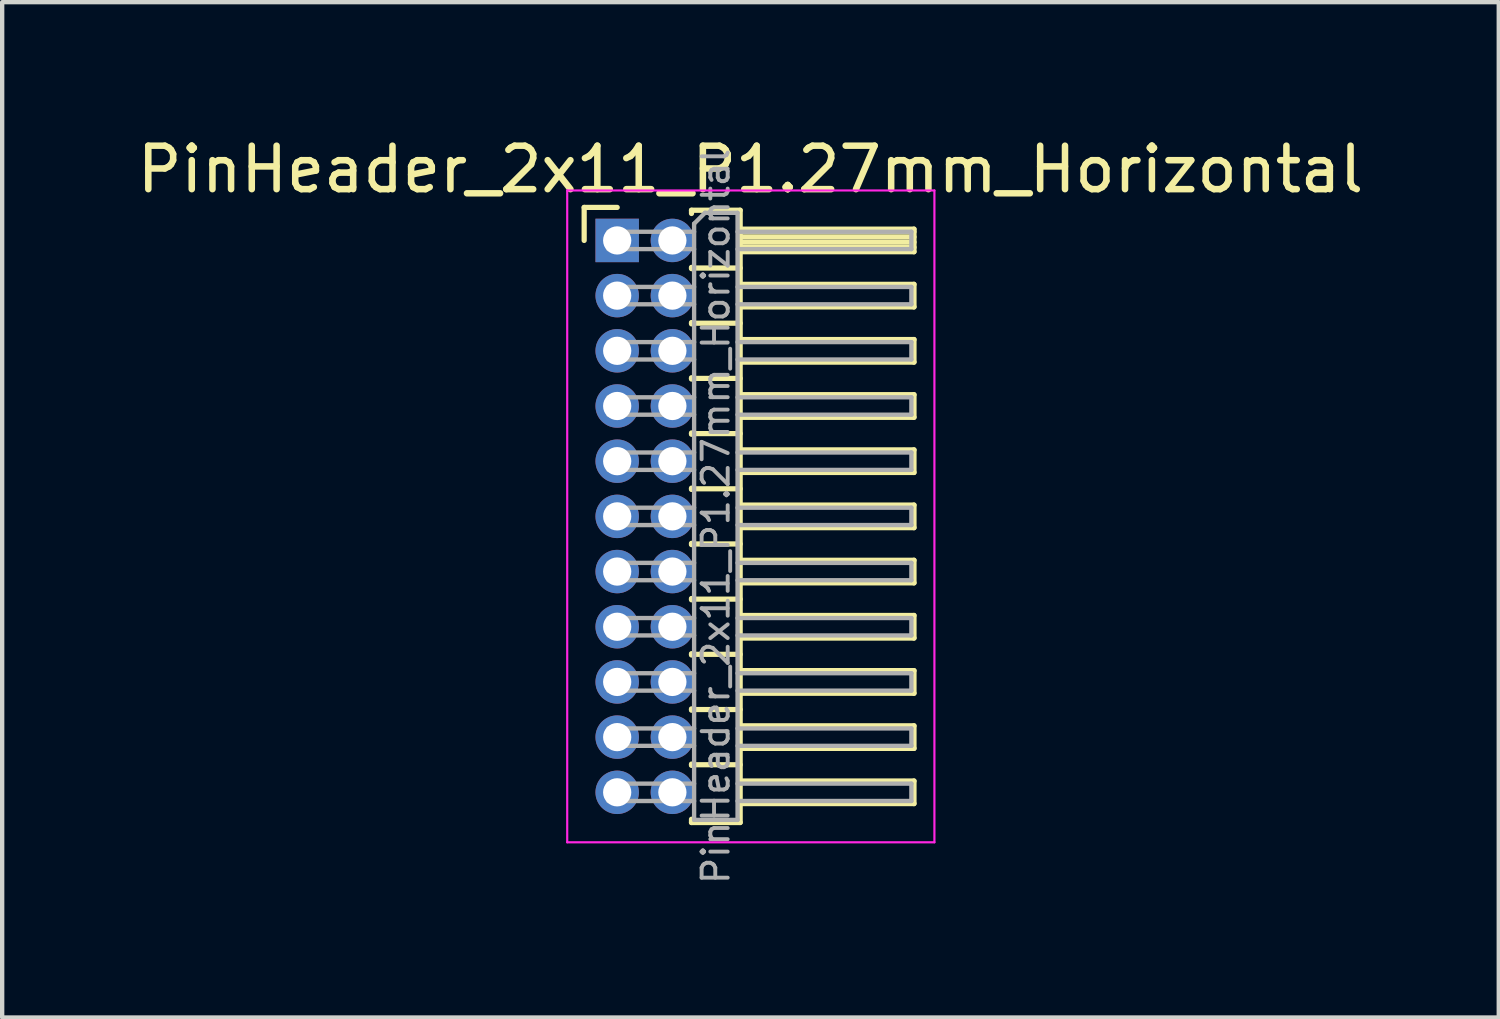
<source format=kicad_pcb>
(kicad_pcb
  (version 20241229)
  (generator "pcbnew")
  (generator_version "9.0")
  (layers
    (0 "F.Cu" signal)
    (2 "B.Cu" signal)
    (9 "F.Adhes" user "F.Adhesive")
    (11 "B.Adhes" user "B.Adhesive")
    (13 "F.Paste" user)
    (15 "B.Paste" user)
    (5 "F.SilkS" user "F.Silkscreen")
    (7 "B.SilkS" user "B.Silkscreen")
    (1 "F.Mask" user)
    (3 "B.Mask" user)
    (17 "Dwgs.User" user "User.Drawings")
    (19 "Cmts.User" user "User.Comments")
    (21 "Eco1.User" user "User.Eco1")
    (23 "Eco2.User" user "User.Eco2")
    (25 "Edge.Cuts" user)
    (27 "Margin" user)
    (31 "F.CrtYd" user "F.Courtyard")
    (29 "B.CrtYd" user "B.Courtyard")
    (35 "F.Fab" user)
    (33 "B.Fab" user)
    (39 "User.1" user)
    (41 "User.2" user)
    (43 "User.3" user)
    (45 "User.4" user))
  (footprint "PinHeader_2x11_P1.27mm_Horizontal"
    (layer "F.Cu")
    (at 11.153 2.483)
    (property "Reference" "PinHeader_2x11_P1.27mm_Horizontal" (at 3.067 -1.635 0) (layer "F.SilkS") (effects (font (size 1 1) (thickness 0.15))))
    (attr through_hole)
    (fp_line (start -0.76 -0.76) (end 0 -0.76) (stroke (width 0.12) (type solid)) (layer "F.SilkS"))
    (fp_line (start -0.76 0) (end -0.76 -0.76) (stroke (width 0.12) (type solid)) (layer "F.SilkS"))
    (fp_line (start 1.71 -0.695) (end 2.83 -0.695) (stroke (width 0.12) (type solid)) (layer "F.SilkS"))
    (fp_line (start 1.71 -0.62) (end 1.71 -0.695) (stroke (width 0.12) (type solid)) (layer "F.SilkS"))
    (fp_line (start 1.71 0.62) (end 1.71 0.65) (stroke (width 0.12) (type solid)) (layer "F.SilkS"))
    (fp_line (start 1.71 0.635) (end 2.83 0.635) (stroke (width 0.12) (type solid)) (layer "F.SilkS"))
    (fp_line (start 1.71 1.89) (end 1.71 1.92) (stroke (width 0.12) (type solid)) (layer "F.SilkS"))
    (fp_line (start 1.71 1.905) (end 2.83 1.905) (stroke (width 0.12) (type solid)) (layer "F.SilkS"))
    (fp_line (start 1.71 3.16) (end 1.71 3.19) (stroke (width 0.12) (type solid)) (layer "F.SilkS"))
    (fp_line (start 1.71 3.175) (end 2.83 3.175) (stroke (width 0.12) (type solid)) (layer "F.SilkS"))
    (fp_line (start 1.71 4.43) (end 1.71 4.46) (stroke (width 0.12) (type solid)) (layer "F.SilkS"))
    (fp_line (start 1.71 4.445) (end 2.83 4.445) (stroke (width 0.12) (type solid)) (layer "F.SilkS"))
    (fp_line (start 1.71 5.7) (end 1.71 5.73) (stroke (width 0.12) (type solid)) (layer "F.SilkS"))
    (fp_line (start 1.71 5.715) (end 2.83 5.715) (stroke (width 0.12) (type solid)) (layer "F.SilkS"))
    (fp_line (start 1.71 6.97) (end 1.71 7) (stroke (width 0.12) (type solid)) (layer "F.SilkS"))
    (fp_line (start 1.71 6.985) (end 2.83 6.985) (stroke (width 0.12) (type solid)) (layer "F.SilkS"))
    (fp_line (start 1.71 8.24) (end 1.71 8.27) (stroke (width 0.12) (type solid)) (layer "F.SilkS"))
    (fp_line (start 1.71 8.255) (end 2.83 8.255) (stroke (width 0.12) (type solid)) (layer "F.SilkS"))
    (fp_line (start 1.71 9.51) (end 1.71 9.54) (stroke (width 0.12) (type solid)) (layer "F.SilkS"))
    (fp_line (start 1.71 9.525) (end 2.83 9.525) (stroke (width 0.12) (type solid)) (layer "F.SilkS"))
    (fp_line (start 1.71 10.78) (end 1.71 10.81) (stroke (width 0.12) (type solid)) (layer "F.SilkS"))
    (fp_line (start 1.71 10.795) (end 2.83 10.795) (stroke (width 0.12) (type solid)) (layer "F.SilkS"))
    (fp_line (start 1.71 12.05) (end 1.71 12.08) (stroke (width 0.12) (type solid)) (layer "F.SilkS"))
    (fp_line (start 1.71 12.065) (end 2.83 12.065) (stroke (width 0.12) (type solid)) (layer "F.SilkS"))
    (fp_line (start 1.71 13.395) (end 1.71 13.32) (stroke (width 0.12) (type solid)) (layer "F.SilkS"))
    (fp_line (start 2.83 -0.695) (end 2.83 13.395) (stroke (width 0.12) (type solid)) (layer "F.SilkS"))
    (fp_line (start 2.83 -0.26) (end 6.83 -0.26) (stroke (width 0.12) (type solid)) (layer "F.SilkS"))
    (fp_line (start 2.83 -0.2) (end 6.83 -0.2) (stroke (width 0.12) (type solid)) (layer "F.SilkS"))
    (fp_line (start 2.83 -0.08) (end 6.83 -0.08) (stroke (width 0.12) (type solid)) (layer "F.SilkS"))
    (fp_line (start 2.83 0.04) (end 6.83 0.04) (stroke (width 0.12) (type solid)) (layer "F.SilkS"))
    (fp_line (start 2.83 0.16) (end 6.83 0.16) (stroke (width 0.12) (type solid)) (layer "F.SilkS"))
    (fp_line (start 2.83 1.01) (end 6.83 1.01) (stroke (width 0.12) (type solid)) (layer "F.SilkS"))
    (fp_line (start 2.83 2.28) (end 6.83 2.28) (stroke (width 0.12) (type solid)) (layer "F.SilkS"))
    (fp_line (start 2.83 3.55) (end 6.83 3.55) (stroke (width 0.12) (type solid)) (layer "F.SilkS"))
    (fp_line (start 2.83 4.82) (end 6.83 4.82) (stroke (width 0.12) (type solid)) (layer "F.SilkS"))
    (fp_line (start 2.83 6.09) (end 6.83 6.09) (stroke (width 0.12) (type solid)) (layer "F.SilkS"))
    (fp_line (start 2.83 7.36) (end 6.83 7.36) (stroke (width 0.12) (type solid)) (layer "F.SilkS"))
    (fp_line (start 2.83 8.63) (end 6.83 8.63) (stroke (width 0.12) (type solid)) (layer "F.SilkS"))
    (fp_line (start 2.83 9.9) (end 6.83 9.9) (stroke (width 0.12) (type solid)) (layer "F.SilkS"))
    (fp_line (start 2.83 11.17) (end 6.83 11.17) (stroke (width 0.12) (type solid)) (layer "F.SilkS"))
    (fp_line (start 2.83 12.44) (end 6.83 12.44) (stroke (width 0.12) (type solid)) (layer "F.SilkS"))
    (fp_line (start 2.83 13.395) (end 1.71 13.395) (stroke (width 0.12) (type solid)) (layer "F.SilkS"))
    (fp_line (start 6.83 -0.26) (end 6.83 0.26) (stroke (width 0.12) (type solid)) (layer "F.SilkS"))
    (fp_line (start 6.83 0.26) (end 2.83 0.26) (stroke (width 0.12) (type solid)) (layer "F.SilkS"))
    (fp_line (start 6.83 1.01) (end 6.83 1.53) (stroke (width 0.12) (type solid)) (layer "F.SilkS"))
    (fp_line (start 6.83 1.53) (end 2.83 1.53) (stroke (width 0.12) (type solid)) (layer "F.SilkS"))
    (fp_line (start 6.83 2.28) (end 6.83 2.8) (stroke (width 0.12) (type solid)) (layer "F.SilkS"))
    (fp_line (start 6.83 2.8) (end 2.83 2.8) (stroke (width 0.12) (type solid)) (layer "F.SilkS"))
    (fp_line (start 6.83 3.55) (end 6.83 4.07) (stroke (width 0.12) (type solid)) (layer "F.SilkS"))
    (fp_line (start 6.83 4.07) (end 2.83 4.07) (stroke (width 0.12) (type solid)) (layer "F.SilkS"))
    (fp_line (start 6.83 4.82) (end 6.83 5.34) (stroke (width 0.12) (type solid)) (layer "F.SilkS"))
    (fp_line (start 6.83 5.34) (end 2.83 5.34) (stroke (width 0.12) (type solid)) (layer "F.SilkS"))
    (fp_line (start 6.83 6.09) (end 6.83 6.61) (stroke (width 0.12) (type solid)) (layer "F.SilkS"))
    (fp_line (start 6.83 6.61) (end 2.83 6.61) (stroke (width 0.12) (type solid)) (layer "F.SilkS"))
    (fp_line (start 6.83 7.36) (end 6.83 7.88) (stroke (width 0.12) (type solid)) (layer "F.SilkS"))
    (fp_line (start 6.83 7.88) (end 2.83 7.88) (stroke (width 0.12) (type solid)) (layer "F.SilkS"))
    (fp_line (start 6.83 8.63) (end 6.83 9.15) (stroke (width 0.12) (type solid)) (layer "F.SilkS"))
    (fp_line (start 6.83 9.15) (end 2.83 9.15) (stroke (width 0.12) (type solid)) (layer "F.SilkS"))
    (fp_line (start 6.83 9.9) (end 6.83 10.42) (stroke (width 0.12) (type solid)) (layer "F.SilkS"))
    (fp_line (start 6.83 10.42) (end 2.83 10.42) (stroke (width 0.12) (type solid)) (layer "F.SilkS"))
    (fp_line (start 6.83 11.17) (end 6.83 11.69) (stroke (width 0.12) (type solid)) (layer "F.SilkS"))
    (fp_line (start 6.83 11.69) (end 2.83 11.69) (stroke (width 0.12) (type solid)) (layer "F.SilkS"))
    (fp_line (start 6.83 12.44) (end 6.83 12.96) (stroke (width 0.12) (type solid)) (layer "F.SilkS"))
    (fp_line (start 6.83 12.96) (end 2.83 12.96) (stroke (width 0.12) (type solid)) (layer "F.SilkS"))
    (fp_line (start -1.15 -1.15) (end -1.15 13.85) (stroke (width 0.05) (type solid)) (layer "F.CrtYd"))
    (fp_line (start -1.15 13.85) (end 7.3 13.85) (stroke (width 0.05) (type solid)) (layer "F.CrtYd"))
    (fp_line (start 7.3 -1.15) (end -1.15 -1.15) (stroke (width 0.05) (type solid)) (layer "F.CrtYd"))
    (fp_line (start 7.3 13.85) (end 7.3 -1.15) (stroke (width 0.05) (type solid)) (layer "F.CrtYd"))
    (fp_line (start -0.2 -0.2) (end -0.2 0.2) (stroke (width 0.1) (type solid)) (layer "F.Fab"))
    (fp_line (start -0.2 -0.2) (end 1.77 -0.2) (stroke (width 0.1) (type solid)) (layer "F.Fab"))
    (fp_line (start -0.2 0.2) (end 1.77 0.2) (stroke (width 0.1) (type solid)) (layer "F.Fab"))
    (fp_line (start -0.2 1.07) (end -0.2 1.47) (stroke (width 0.1) (type solid)) (layer "F.Fab"))
    (fp_line (start -0.2 1.07) (end 1.77 1.07) (stroke (width 0.1) (type solid)) (layer "F.Fab"))
    (fp_line (start -0.2 1.47) (end 1.77 1.47) (stroke (width 0.1) (type solid)) (layer "F.Fab"))
    (fp_line (start -0.2 2.34) (end -0.2 2.74) (stroke (width 0.1) (type solid)) (layer "F.Fab"))
    (fp_line (start -0.2 2.34) (end 1.77 2.34) (stroke (width 0.1) (type solid)) (layer "F.Fab"))
    (fp_line (start -0.2 2.74) (end 1.77 2.74) (stroke (width 0.1) (type solid)) (layer "F.Fab"))
    (fp_line (start -0.2 3.61) (end -0.2 4.01) (stroke (width 0.1) (type solid)) (layer "F.Fab"))
    (fp_line (start -0.2 3.61) (end 1.77 3.61) (stroke (width 0.1) (type solid)) (layer "F.Fab"))
    (fp_line (start -0.2 4.01) (end 1.77 4.01) (stroke (width 0.1) (type solid)) (layer "F.Fab"))
    (fp_line (start -0.2 4.88) (end -0.2 5.28) (stroke (width 0.1) (type solid)) (layer "F.Fab"))
    (fp_line (start -0.2 4.88) (end 1.77 4.88) (stroke (width 0.1) (type solid)) (layer "F.Fab"))
    (fp_line (start -0.2 5.28) (end 1.77 5.28) (stroke (width 0.1) (type solid)) (layer "F.Fab"))
    (fp_line (start -0.2 6.15) (end -0.2 6.55) (stroke (width 0.1) (type solid)) (layer "F.Fab"))
    (fp_line (start -0.2 6.15) (end 1.77 6.15) (stroke (width 0.1) (type solid)) (layer "F.Fab"))
    (fp_line (start -0.2 6.55) (end 1.77 6.55) (stroke (width 0.1) (type solid)) (layer "F.Fab"))
    (fp_line (start -0.2 7.42) (end -0.2 7.82) (stroke (width 0.1) (type solid)) (layer "F.Fab"))
    (fp_line (start -0.2 7.42) (end 1.77 7.42) (stroke (width 0.1) (type solid)) (layer "F.Fab"))
    (fp_line (start -0.2 7.82) (end 1.77 7.82) (stroke (width 0.1) (type solid)) (layer "F.Fab"))
    (fp_line (start -0.2 8.69) (end -0.2 9.09) (stroke (width 0.1) (type solid)) (layer "F.Fab"))
    (fp_line (start -0.2 8.69) (end 1.77 8.69) (stroke (width 0.1) (type solid)) (layer "F.Fab"))
    (fp_line (start -0.2 9.09) (end 1.77 9.09) (stroke (width 0.1) (type solid)) (layer "F.Fab"))
    (fp_line (start -0.2 9.96) (end -0.2 10.36) (stroke (width 0.1) (type solid)) (layer "F.Fab"))
    (fp_line (start -0.2 9.96) (end 1.77 9.96) (stroke (width 0.1) (type solid)) (layer "F.Fab"))
    (fp_line (start -0.2 10.36) (end 1.77 10.36) (stroke (width 0.1) (type solid)) (layer "F.Fab"))
    (fp_line (start -0.2 11.23) (end -0.2 11.63) (stroke (width 0.1) (type solid)) (layer "F.Fab"))
    (fp_line (start -0.2 11.23) (end 1.77 11.23) (stroke (width 0.1) (type solid)) (layer "F.Fab"))
    (fp_line (start -0.2 11.63) (end 1.77 11.63) (stroke (width 0.1) (type solid)) (layer "F.Fab"))
    (fp_line (start -0.2 12.5) (end -0.2 12.9) (stroke (width 0.1) (type solid)) (layer "F.Fab"))
    (fp_line (start -0.2 12.5) (end 1.77 12.5) (stroke (width 0.1) (type solid)) (layer "F.Fab"))
    (fp_line (start -0.2 12.9) (end 1.77 12.9) (stroke (width 0.1) (type solid)) (layer "F.Fab"))
    (fp_line (start 1.77 -0.385) (end 2.02 -0.635) (stroke (width 0.1) (type solid)) (layer "F.Fab"))
    (fp_line (start 1.77 13.335) (end 1.77 -0.385) (stroke (width 0.1) (type solid)) (layer "F.Fab"))
    (fp_line (start 2.02 -0.635) (end 2.77 -0.635) (stroke (width 0.1) (type solid)) (layer "F.Fab"))
    (fp_line (start 2.77 -0.635) (end 2.77 13.335) (stroke (width 0.1) (type solid)) (layer "F.Fab"))
    (fp_line (start 2.77 -0.2) (end 6.77 -0.2) (stroke (width 0.1) (type solid)) (layer "F.Fab"))
    (fp_line (start 2.77 0.2) (end 6.77 0.2) (stroke (width 0.1) (type solid)) (layer "F.Fab"))
    (fp_line (start 2.77 1.07) (end 6.77 1.07) (stroke (width 0.1) (type solid)) (layer "F.Fab"))
    (fp_line (start 2.77 1.47) (end 6.77 1.47) (stroke (width 0.1) (type solid)) (layer "F.Fab"))
    (fp_line (start 2.77 2.34) (end 6.77 2.34) (stroke (width 0.1) (type solid)) (layer "F.Fab"))
    (fp_line (start 2.77 2.74) (end 6.77 2.74) (stroke (width 0.1) (type solid)) (layer "F.Fab"))
    (fp_line (start 2.77 3.61) (end 6.77 3.61) (stroke (width 0.1) (type solid)) (layer "F.Fab"))
    (fp_line (start 2.77 4.01) (end 6.77 4.01) (stroke (width 0.1) (type solid)) (layer "F.Fab"))
    (fp_line (start 2.77 4.88) (end 6.77 4.88) (stroke (width 0.1) (type solid)) (layer "F.Fab"))
    (fp_line (start 2.77 5.28) (end 6.77 5.28) (stroke (width 0.1) (type solid)) (layer "F.Fab"))
    (fp_line (start 2.77 6.15) (end 6.77 6.15) (stroke (width 0.1) (type solid)) (layer "F.Fab"))
    (fp_line (start 2.77 6.55) (end 6.77 6.55) (stroke (width 0.1) (type solid)) (layer "F.Fab"))
    (fp_line (start 2.77 7.42) (end 6.77 7.42) (stroke (width 0.1) (type solid)) (layer "F.Fab"))
    (fp_line (start 2.77 7.82) (end 6.77 7.82) (stroke (width 0.1) (type solid)) (layer "F.Fab"))
    (fp_line (start 2.77 8.69) (end 6.77 8.69) (stroke (width 0.1) (type solid)) (layer "F.Fab"))
    (fp_line (start 2.77 9.09) (end 6.77 9.09) (stroke (width 0.1) (type solid)) (layer "F.Fab"))
    (fp_line (start 2.77 9.96) (end 6.77 9.96) (stroke (width 0.1) (type solid)) (layer "F.Fab"))
    (fp_line (start 2.77 10.36) (end 6.77 10.36) (stroke (width 0.1) (type solid)) (layer "F.Fab"))
    (fp_line (start 2.77 11.23) (end 6.77 11.23) (stroke (width 0.1) (type solid)) (layer "F.Fab"))
    (fp_line (start 2.77 11.63) (end 6.77 11.63) (stroke (width 0.1) (type solid)) (layer "F.Fab"))
    (fp_line (start 2.77 12.5) (end 6.77 12.5) (stroke (width 0.1) (type solid)) (layer "F.Fab"))
    (fp_line (start 2.77 12.9) (end 6.77 12.9) (stroke (width 0.1) (type solid)) (layer "F.Fab"))
    (fp_line (start 2.77 13.335) (end 1.77 13.335) (stroke (width 0.1) (type solid)) (layer "F.Fab"))
    (fp_line (start 6.77 -0.2) (end 6.77 0.2) (stroke (width 0.1) (type solid)) (layer "F.Fab"))
    (fp_line (start 6.77 1.07) (end 6.77 1.47) (stroke (width 0.1) (type solid)) (layer "F.Fab"))
    (fp_line (start 6.77 2.34) (end 6.77 2.74) (stroke (width 0.1) (type solid)) (layer "F.Fab"))
    (fp_line (start 6.77 3.61) (end 6.77 4.01) (stroke (width 0.1) (type solid)) (layer "F.Fab"))
    (fp_line (start 6.77 4.88) (end 6.77 5.28) (stroke (width 0.1) (type solid)) (layer "F.Fab"))
    (fp_line (start 6.77 6.15) (end 6.77 6.55) (stroke (width 0.1) (type solid)) (layer "F.Fab"))
    (fp_line (start 6.77 7.42) (end 6.77 7.82) (stroke (width 0.1) (type solid)) (layer "F.Fab"))
    (fp_line (start 6.77 8.69) (end 6.77 9.09) (stroke (width 0.1) (type solid)) (layer "F.Fab"))
    (fp_line (start 6.77 9.96) (end 6.77 10.36) (stroke (width 0.1) (type solid)) (layer "F.Fab"))
    (fp_line (start 6.77 11.23) (end 6.77 11.63) (stroke (width 0.1) (type solid)) (layer "F.Fab"))
    (fp_line (start 6.77 12.5) (end 6.77 12.9) (stroke (width 0.1) (type solid)) (layer "F.Fab"))
    (fp_text user "${REFERENCE}" (at 2.27 6.35 90) (layer "F.Fab") (effects (font (size 0.6 0.6) (thickness 0.09))))
    (pad "1" thru_hole rect (at 0 0) (size 1 1) (drill 0.65) (layers "*.Cu" "*.Mask"))
    (pad "2" thru_hole oval (at 1.27 0) (size 1 1) (drill 0.65) (layers "*.Cu" "*.Mask"))
    (pad "3" thru_hole oval (at 0 1.27) (size 1 1) (drill 0.65) (layers "*.Cu" "*.Mask"))
    (pad "4" thru_hole oval (at 1.27 1.27) (size 1 1) (drill 0.65) (layers "*.Cu" "*.Mask"))
    (pad "5" thru_hole oval (at 0 2.54) (size 1 1) (drill 0.65) (layers "*.Cu" "*.Mask"))
    (pad "6" thru_hole oval (at 1.27 2.54) (size 1 1) (drill 0.65) (layers "*.Cu" "*.Mask"))
    (pad "7" thru_hole oval (at 0 3.81) (size 1 1) (drill 0.65) (layers "*.Cu" "*.Mask"))
    (pad "8" thru_hole oval (at 1.27 3.81) (size 1 1) (drill 0.65) (layers "*.Cu" "*.Mask"))
    (pad "9" thru_hole oval (at 0 5.08) (size 1 1) (drill 0.65) (layers "*.Cu" "*.Mask"))
    (pad "10" thru_hole oval (at 1.27 5.08) (size 1 1) (drill 0.65) (layers "*.Cu" "*.Mask"))
    (pad "11" thru_hole oval (at 0 6.35) (size 1 1) (drill 0.65) (layers "*.Cu" "*.Mask"))
    (pad "12" thru_hole oval (at 1.27 6.35) (size 1 1) (drill 0.65) (layers "*.Cu" "*.Mask"))
    (pad "13" thru_hole oval (at 0 7.62) (size 1 1) (drill 0.65) (layers "*.Cu" "*.Mask"))
    (pad "14" thru_hole oval (at 1.27 7.62) (size 1 1) (drill 0.65) (layers "*.Cu" "*.Mask"))
    (pad "15" thru_hole oval (at 0 8.89) (size 1 1) (drill 0.65) (layers "*.Cu" "*.Mask"))
    (pad "16" thru_hole oval (at 1.27 8.89) (size 1 1) (drill 0.65) (layers "*.Cu" "*.Mask"))
    (pad "17" thru_hole oval (at 0 10.16) (size 1 1) (drill 0.65) (layers "*.Cu" "*.Mask"))
    (pad "18" thru_hole oval (at 1.27 10.16) (size 1 1) (drill 0.65) (layers "*.Cu" "*.Mask"))
    (pad "19" thru_hole oval (at 0 11.43) (size 1 1) (drill 0.65) (layers "*.Cu" "*.Mask"))
    (pad "20" thru_hole oval (at 1.27 11.43) (size 1 1) (drill 0.65) (layers "*.Cu" "*.Mask"))
    (pad "21" thru_hole oval (at 0 12.7) (size 1 1) (drill 0.65) (layers "*.Cu" "*.Mask"))
    (pad "22" thru_hole oval (at 1.27 12.7) (size 1 1) (drill 0.65) (layers "*.Cu" "*.Mask")))
  (gr_rect
    (start -3 -3)
    (end 31.44 20.365)
    (stroke (width 0.1) (type default))
    (fill no)
    (layer "Edge.Cuts")))
</source>
